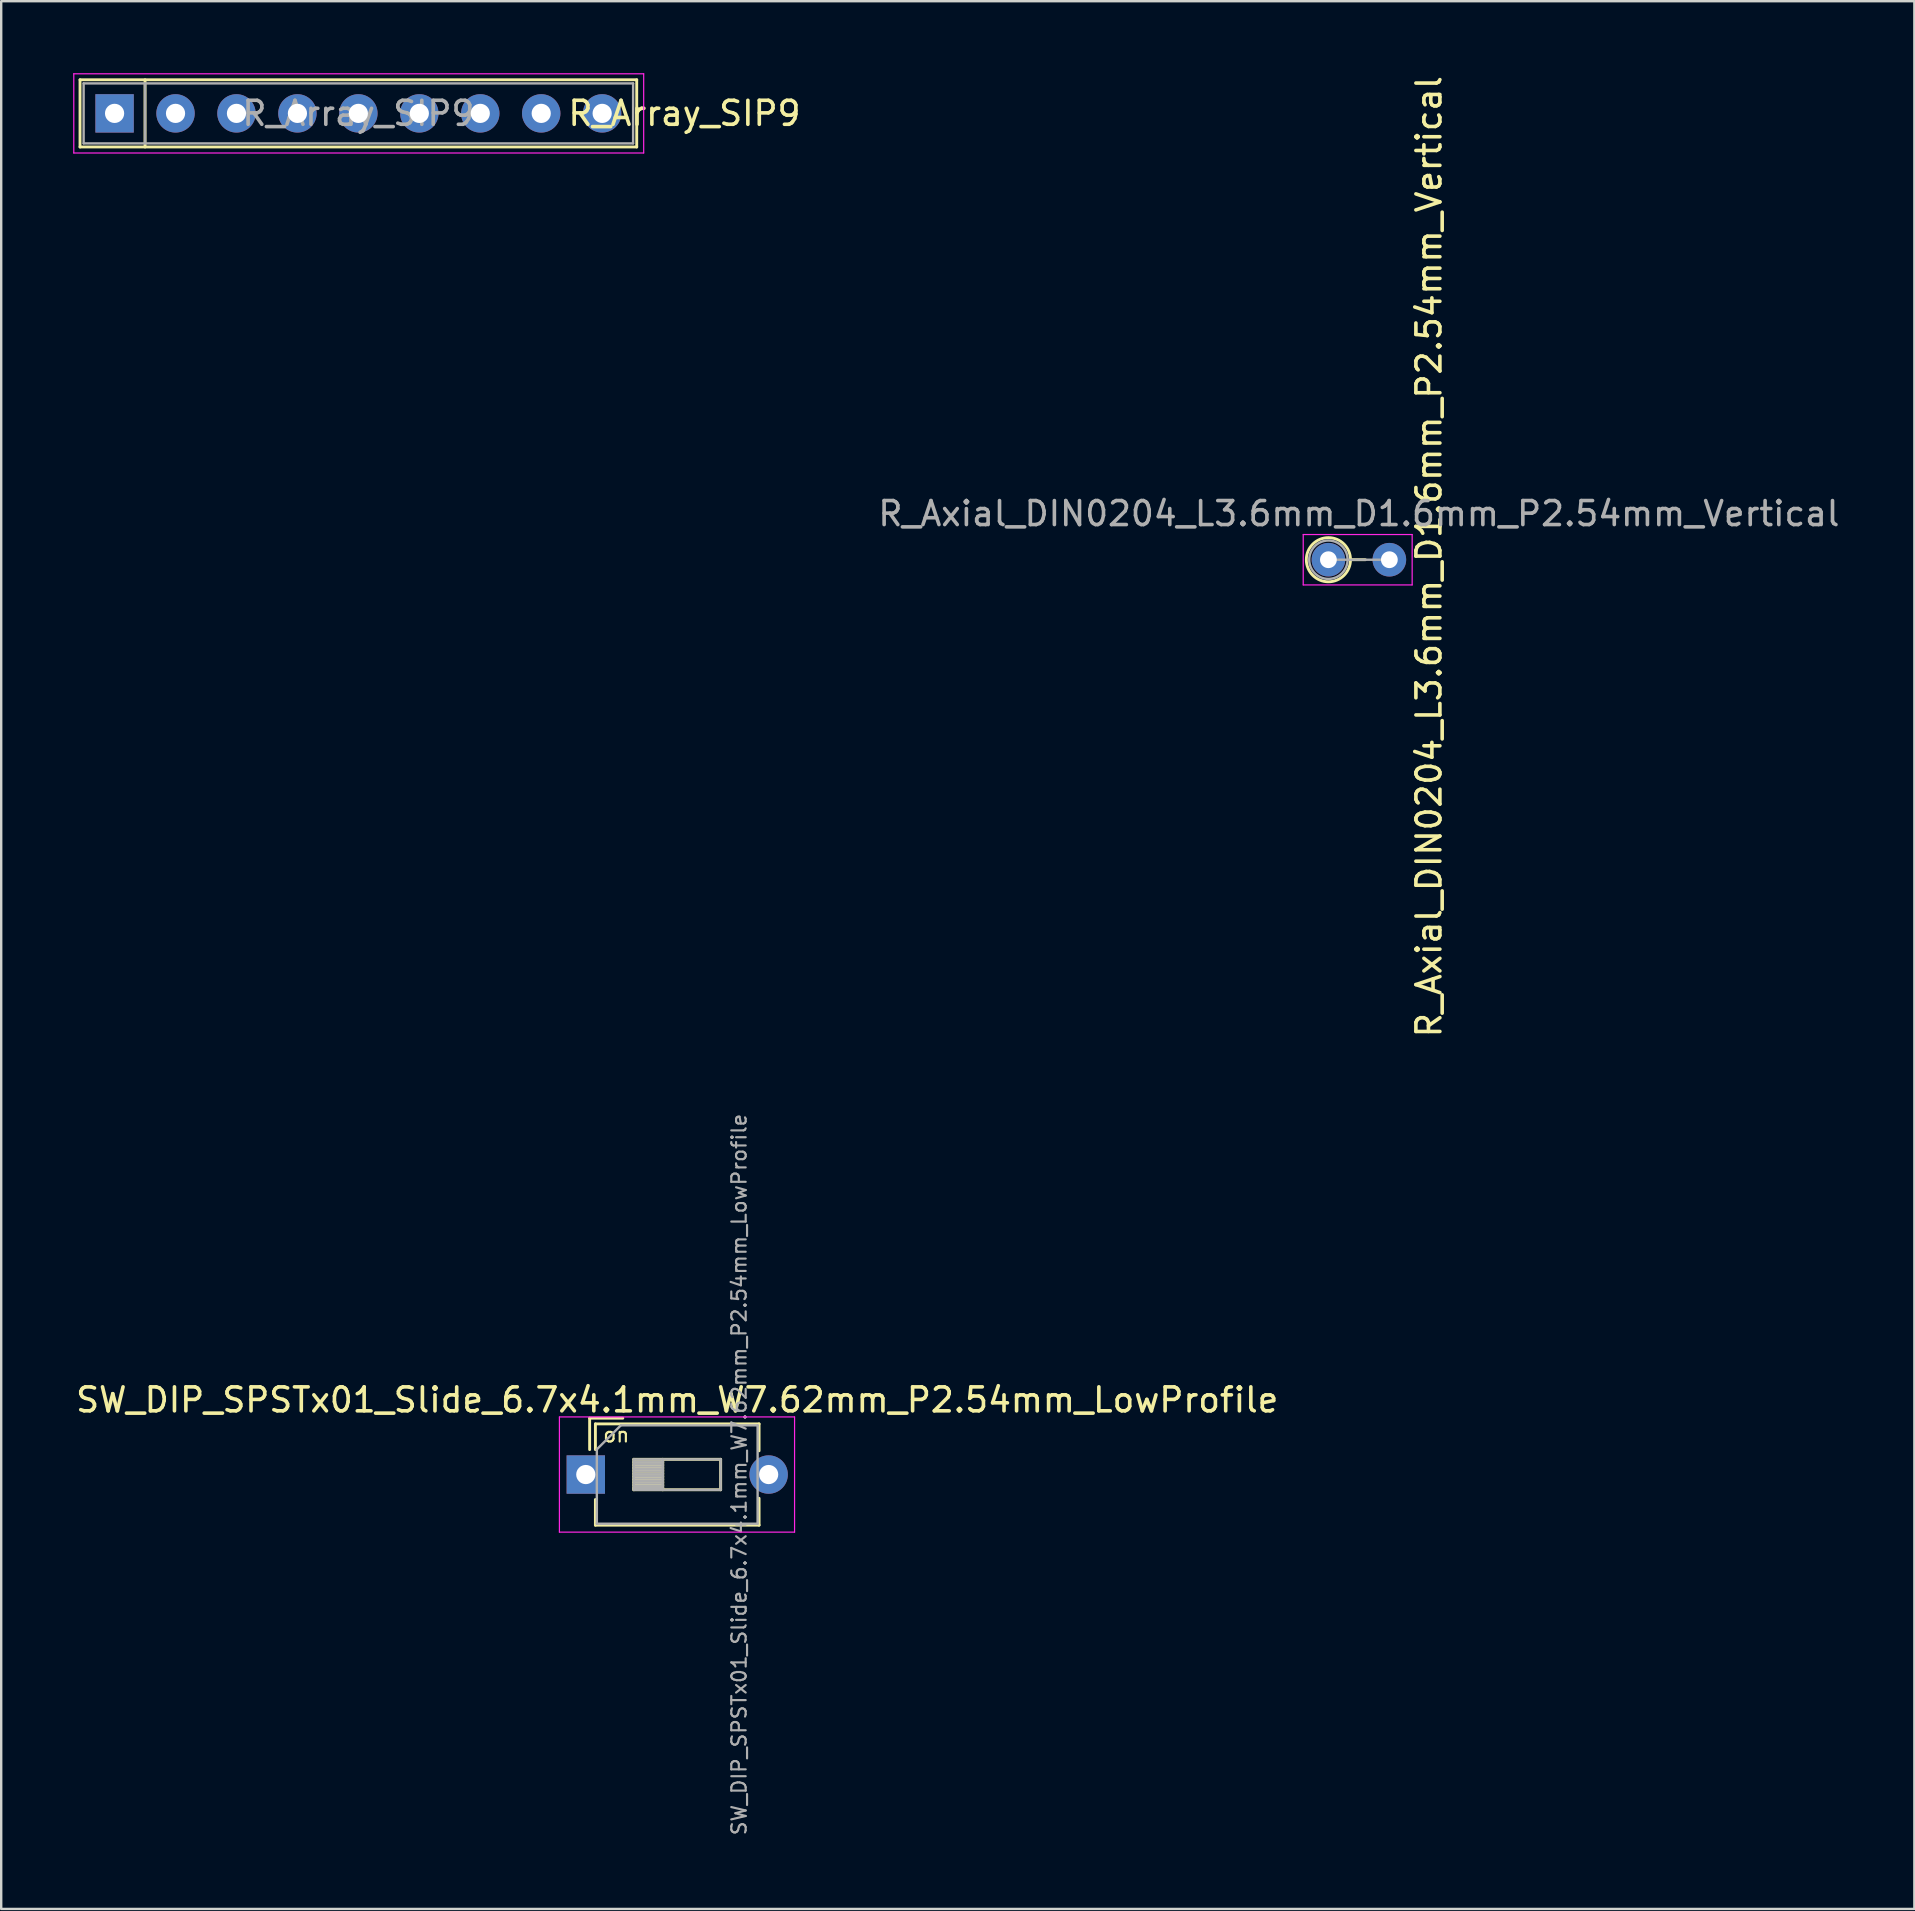
<source format=kicad_pcb>
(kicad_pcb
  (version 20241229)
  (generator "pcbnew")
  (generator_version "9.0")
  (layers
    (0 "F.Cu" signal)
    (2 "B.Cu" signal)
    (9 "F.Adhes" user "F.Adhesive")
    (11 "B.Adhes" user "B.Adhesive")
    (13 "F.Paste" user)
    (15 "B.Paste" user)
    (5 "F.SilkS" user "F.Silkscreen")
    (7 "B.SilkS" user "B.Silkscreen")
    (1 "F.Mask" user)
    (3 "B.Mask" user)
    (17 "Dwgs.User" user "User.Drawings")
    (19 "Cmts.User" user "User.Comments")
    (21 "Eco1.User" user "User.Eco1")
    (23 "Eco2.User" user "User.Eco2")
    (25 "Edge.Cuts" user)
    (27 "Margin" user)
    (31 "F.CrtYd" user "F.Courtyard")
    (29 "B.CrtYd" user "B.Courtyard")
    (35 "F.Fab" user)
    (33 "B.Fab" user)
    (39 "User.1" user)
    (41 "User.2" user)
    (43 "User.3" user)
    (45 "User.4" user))
  (footprint "R_Array_SIP9"
    (layer "F.Cu")
    (at 1.725 1.675)
    (property "Reference" "R_Array_SIP9" (at 23.749 0 0) (layer "F.SilkS") (effects (font (size 1 1) (thickness 0.15))))
    (attr through_hole)
    (fp_line (start -1.44 -1.4) (end -1.44 1.4) (stroke (width 0.12) (type solid)) (layer "F.SilkS"))
    (fp_line (start -1.44 1.4) (end 21.76 1.4) (stroke (width 0.12) (type solid)) (layer "F.SilkS"))
    (fp_line (start 1.27 -1.4) (end 1.27 1.4) (stroke (width 0.12) (type solid)) (layer "F.SilkS"))
    (fp_line (start 21.76 -1.4) (end -1.44 -1.4) (stroke (width 0.12) (type solid)) (layer "F.SilkS"))
    (fp_line (start 21.76 1.4) (end 21.76 -1.4) (stroke (width 0.12) (type solid)) (layer "F.SilkS"))
    (fp_line (start -1.7 -1.65) (end -1.7 1.65) (stroke (width 0.05) (type solid)) (layer "F.CrtYd"))
    (fp_line (start -1.7 1.65) (end 22.05 1.65) (stroke (width 0.05) (type solid)) (layer "F.CrtYd"))
    (fp_line (start 22.05 -1.65) (end -1.7 -1.65) (stroke (width 0.05) (type solid)) (layer "F.CrtYd"))
    (fp_line (start 22.05 1.65) (end 22.05 -1.65) (stroke (width 0.05) (type solid)) (layer "F.CrtYd"))
    (fp_line (start -1.29 -1.25) (end -1.29 1.25) (stroke (width 0.1) (type solid)) (layer "F.Fab"))
    (fp_line (start -1.29 1.25) (end 21.61 1.25) (stroke (width 0.1) (type solid)) (layer "F.Fab"))
    (fp_line (start 1.27 -1.25) (end 1.27 1.25) (stroke (width 0.1) (type solid)) (layer "F.Fab"))
    (fp_line (start 21.61 -1.25) (end -1.29 -1.25) (stroke (width 0.1) (type solid)) (layer "F.Fab"))
    (fp_line (start 21.61 1.25) (end 21.61 -1.25) (stroke (width 0.1) (type solid)) (layer "F.Fab"))
    (fp_text user "${REFERENCE}" (at 10.16 0 0) (layer "F.Fab") (effects (font (size 1 1) (thickness 0.15))))
    (pad "1" thru_hole rect (at 0 0) (size 1.6 1.6) (drill 0.8) (layers "*.Cu" "*.Mask"))
    (pad "2" thru_hole oval (at 2.54 0) (size 1.6 1.6) (drill 0.8) (layers "*.Cu" "*.Mask"))
    (pad "3" thru_hole oval (at 5.08 0) (size 1.6 1.6) (drill 0.8) (layers "*.Cu" "*.Mask"))
    (pad "4" thru_hole oval (at 7.62 0) (size 1.6 1.6) (drill 0.8) (layers "*.Cu" "*.Mask"))
    (pad "5" thru_hole oval (at 10.16 0) (size 1.6 1.6) (drill 0.8) (layers "*.Cu" "*.Mask"))
    (pad "6" thru_hole oval (at 12.7 0) (size 1.6 1.6) (drill 0.8) (layers "*.Cu" "*.Mask"))
    (pad "7" thru_hole oval (at 15.24 0) (size 1.6 1.6) (drill 0.8) (layers "*.Cu" "*.Mask"))
    (pad "8" thru_hole oval (at 17.78 0) (size 1.6 1.6) (drill 0.8) (layers "*.Cu" "*.Mask"))
    (pad "9" thru_hole oval (at 20.32 0) (size 1.6 1.6) (drill 0.8) (layers "*.Cu" "*.Mask")))
  (footprint "R_Axial_DIN0204_L3.6mm_D1.6mm_P2.54mm_Vertical"
    (layer "F.Cu")
    (at 52.311 20.276)
    (property "Reference" "R_Axial_DIN0204_L3.6mm_D1.6mm_P2.54mm_Vertical" (at 4.191 -0.127 270) (layer "F.SilkS") (effects (font (size 1 1) (thickness 0.15))))
    (attr through_hole)
    (fp_line (start 0.92 0) (end 1.54 0) (stroke (width 0.12) (type solid)) (layer "F.SilkS"))
    (fp_circle (center 0 0) (end 0.92 0) (stroke (width 0.12) (type solid)) (fill no) (layer "F.SilkS"))
    (fp_line (start -1.05 -1.05) (end -1.05 1.05) (stroke (width 0.05) (type solid)) (layer "F.CrtYd"))
    (fp_line (start -1.05 1.05) (end 3.49 1.05) (stroke (width 0.05) (type solid)) (layer "F.CrtYd"))
    (fp_line (start 3.49 -1.05) (end -1.05 -1.05) (stroke (width 0.05) (type solid)) (layer "F.CrtYd"))
    (fp_line (start 3.49 1.05) (end 3.49 -1.05) (stroke (width 0.05) (type solid)) (layer "F.CrtYd"))
    (fp_line (start 0 0) (end 2.54 0) (stroke (width 0.1) (type solid)) (layer "F.Fab"))
    (fp_circle (center 0 0) (end 0.8 0) (stroke (width 0.1) (type solid)) (fill no) (layer "F.Fab"))
    (fp_text user "${REFERENCE}" (at 1.27 -1.92 180) (layer "F.Fab") (effects (font (size 1 1) (thickness 0.15))))
    (pad "1" thru_hole circle (at 0 0) (size 1.4 1.4) (drill 0.7) (layers "*.Cu" "*.Mask"))
    (pad "2" thru_hole oval (at 2.54 0) (size 1.4 1.4) (drill 0.7) (layers "*.Cu" "*.Mask")))
  (footprint "SW_DIP_SPSTx01_Slide_6.7x4.1mm_W7.62mm_P2.54mm_LowProfile"
    (layer "F.Cu")
    (at 21.363 58.401)
    (property "Reference" "SW_DIP_SPSTx01_Slide_6.7x4.1mm_W7.62mm_P2.54mm_LowProfile" (at 3.81 -3.11 0) (layer "F.SilkS") (effects (font (size 1 1) (thickness 0.15))))
    (attr through_hole)
    (fp_line (start 0.16 -2.35) (end 0.16 -1.04) (stroke (width 0.12) (type solid)) (layer "F.SilkS"))
    (fp_line (start 0.16 -2.35) (end 1.543 -2.35) (stroke (width 0.12) (type solid)) (layer "F.SilkS"))
    (fp_line (start 0.4 -2.11) (end 0.4 -1.04) (stroke (width 0.12) (type solid)) (layer "F.SilkS"))
    (fp_line (start 0.4 -2.11) (end 7.221 -2.11) (stroke (width 0.12) (type solid)) (layer "F.SilkS"))
    (fp_line (start 0.4 1.04) (end 0.4 2.11) (stroke (width 0.12) (type solid)) (layer "F.SilkS"))
    (fp_line (start 0.4 2.11) (end 7.221 2.11) (stroke (width 0.12) (type solid)) (layer "F.SilkS"))
    (fp_line (start 2 -0.635) (end 2 0.635) (stroke (width 0.12) (type solid)) (layer "F.SilkS"))
    (fp_line (start 2 -0.515) (end 3.207 -0.515) (stroke (width 0.12) (type solid)) (layer "F.SilkS"))
    (fp_line (start 2 -0.395) (end 3.207 -0.395) (stroke (width 0.12) (type solid)) (layer "F.SilkS"))
    (fp_line (start 2 -0.275) (end 3.207 -0.275) (stroke (width 0.12) (type solid)) (layer "F.SilkS"))
    (fp_line (start 2 -0.155) (end 3.207 -0.155) (stroke (width 0.12) (type solid)) (layer "F.SilkS"))
    (fp_line (start 2 -0.035) (end 3.207 -0.035) (stroke (width 0.12) (type solid)) (layer "F.SilkS"))
    (fp_line (start 2 0.085) (end 3.207 0.085) (stroke (width 0.12) (type solid)) (layer "F.SilkS"))
    (fp_line (start 2 0.205) (end 3.207 0.205) (stroke (width 0.12) (type solid)) (layer "F.SilkS"))
    (fp_line (start 2 0.325) (end 3.207 0.325) (stroke (width 0.12) (type solid)) (layer "F.SilkS"))
    (fp_line (start 2 0.445) (end 3.207 0.445) (stroke (width 0.12) (type solid)) (layer "F.SilkS"))
    (fp_line (start 2 0.565) (end 3.207 0.565) (stroke (width 0.12) (type solid)) (layer "F.SilkS"))
    (fp_line (start 2 0.635) (end 5.62 0.635) (stroke (width 0.12) (type solid)) (layer "F.SilkS"))
    (fp_line (start 3.207 -0.635) (end 3.207 0.635) (stroke (width 0.12) (type solid)) (layer "F.SilkS"))
    (fp_line (start 5.62 -0.635) (end 2 -0.635) (stroke (width 0.12) (type solid)) (layer "F.SilkS"))
    (fp_line (start 5.62 0.635) (end 5.62 -0.635) (stroke (width 0.12) (type solid)) (layer "F.SilkS"))
    (fp_line (start 7.221 -2.11) (end 7.221 -0.99) (stroke (width 0.12) (type solid)) (layer "F.SilkS"))
    (fp_line (start 7.221 0.99) (end 7.221 2.11) (stroke (width 0.12) (type solid)) (layer "F.SilkS"))
    (fp_line (start -1.1 -2.4) (end -1.1 2.4) (stroke (width 0.05) (type solid)) (layer "F.CrtYd"))
    (fp_line (start -1.1 2.4) (end 8.7 2.4) (stroke (width 0.05) (type solid)) (layer "F.CrtYd"))
    (fp_line (start 8.7 -2.4) (end -1.1 -2.4) (stroke (width 0.05) (type solid)) (layer "F.CrtYd"))
    (fp_line (start 8.7 2.4) (end 8.7 -2.4) (stroke (width 0.05) (type solid)) (layer "F.CrtYd"))
    (fp_line (start 0.46 -1.05) (end 1.46 -2.05) (stroke (width 0.1) (type solid)) (layer "F.Fab"))
    (fp_line (start 0.46 2.05) (end 0.46 -1.05) (stroke (width 0.1) (type solid)) (layer "F.Fab"))
    (fp_line (start 1.46 -2.05) (end 7.16 -2.05) (stroke (width 0.1) (type solid)) (layer "F.Fab"))
    (fp_line (start 2 -0.635) (end 2 0.635) (stroke (width 0.1) (type solid)) (layer "F.Fab"))
    (fp_line (start 2 -0.535) (end 3.207 -0.535) (stroke (width 0.1) (type solid)) (layer "F.Fab"))
    (fp_line (start 2 -0.435) (end 3.207 -0.435) (stroke (width 0.1) (type solid)) (layer "F.Fab"))
    (fp_line (start 2 -0.335) (end 3.207 -0.335) (stroke (width 0.1) (type solid)) (layer "F.Fab"))
    (fp_line (start 2 -0.235) (end 3.207 -0.235) (stroke (width 0.1) (type solid)) (layer "F.Fab"))
    (fp_line (start 2 -0.135) (end 3.207 -0.135) (stroke (width 0.1) (type solid)) (layer "F.Fab"))
    (fp_line (start 2 -0.035) (end 3.207 -0.035) (stroke (width 0.1) (type solid)) (layer "F.Fab"))
    (fp_line (start 2 0.065) (end 3.207 0.065) (stroke (width 0.1) (type solid)) (layer "F.Fab"))
    (fp_line (start 2 0.165) (end 3.207 0.165) (stroke (width 0.1) (type solid)) (layer "F.Fab"))
    (fp_line (start 2 0.265) (end 3.207 0.265) (stroke (width 0.1) (type solid)) (layer "F.Fab"))
    (fp_line (start 2 0.365) (end 3.207 0.365) (stroke (width 0.1) (type solid)) (layer "F.Fab"))
    (fp_line (start 2 0.465) (end 3.207 0.465) (stroke (width 0.1) (type solid)) (layer "F.Fab"))
    (fp_line (start 2 0.565) (end 3.207 0.565) (stroke (width 0.1) (type solid)) (layer "F.Fab"))
    (fp_line (start 2 0.635) (end 5.62 0.635) (stroke (width 0.1) (type solid)) (layer "F.Fab"))
    (fp_line (start 3.207 -0.635) (end 3.207 0.635) (stroke (width 0.1) (type solid)) (layer "F.Fab"))
    (fp_line (start 5.62 -0.635) (end 2 -0.635) (stroke (width 0.1) (type solid)) (layer "F.Fab"))
    (fp_line (start 5.62 0.635) (end 5.62 -0.635) (stroke (width 0.1) (type solid)) (layer "F.Fab"))
    (fp_line (start 7.16 -2.05) (end 7.16 2.05) (stroke (width 0.1) (type solid)) (layer "F.Fab"))
    (fp_line (start 7.16 2.05) (end 0.46 2.05) (stroke (width 0.1) (type solid)) (layer "F.Fab"))
    (fp_text user "on" (at 1.27 -1.651 180) (layer "F.SilkS") (effects (font (size 0.6 0.6) (thickness 0.09))))
    (fp_text user "${REFERENCE}" (at 6.39 0 90) (layer "F.Fab") (effects (font (size 0.6 0.6) (thickness 0.09))))
    (pad "1" thru_hole rect (at 0 0) (size 1.6 1.6) (drill 0.8) (layers "*.Cu" "*.Mask"))
    (pad "2" thru_hole oval (at 7.62 0) (size 1.6 1.6) (drill 0.8) (layers "*.Cu" "*.Mask")))
  (gr_rect
    (start -3 -3)
    (end 76.73 76.505)
    (stroke (width 0.1) (type default))
    (fill no)
    (layer "Edge.Cuts")))
</source>
